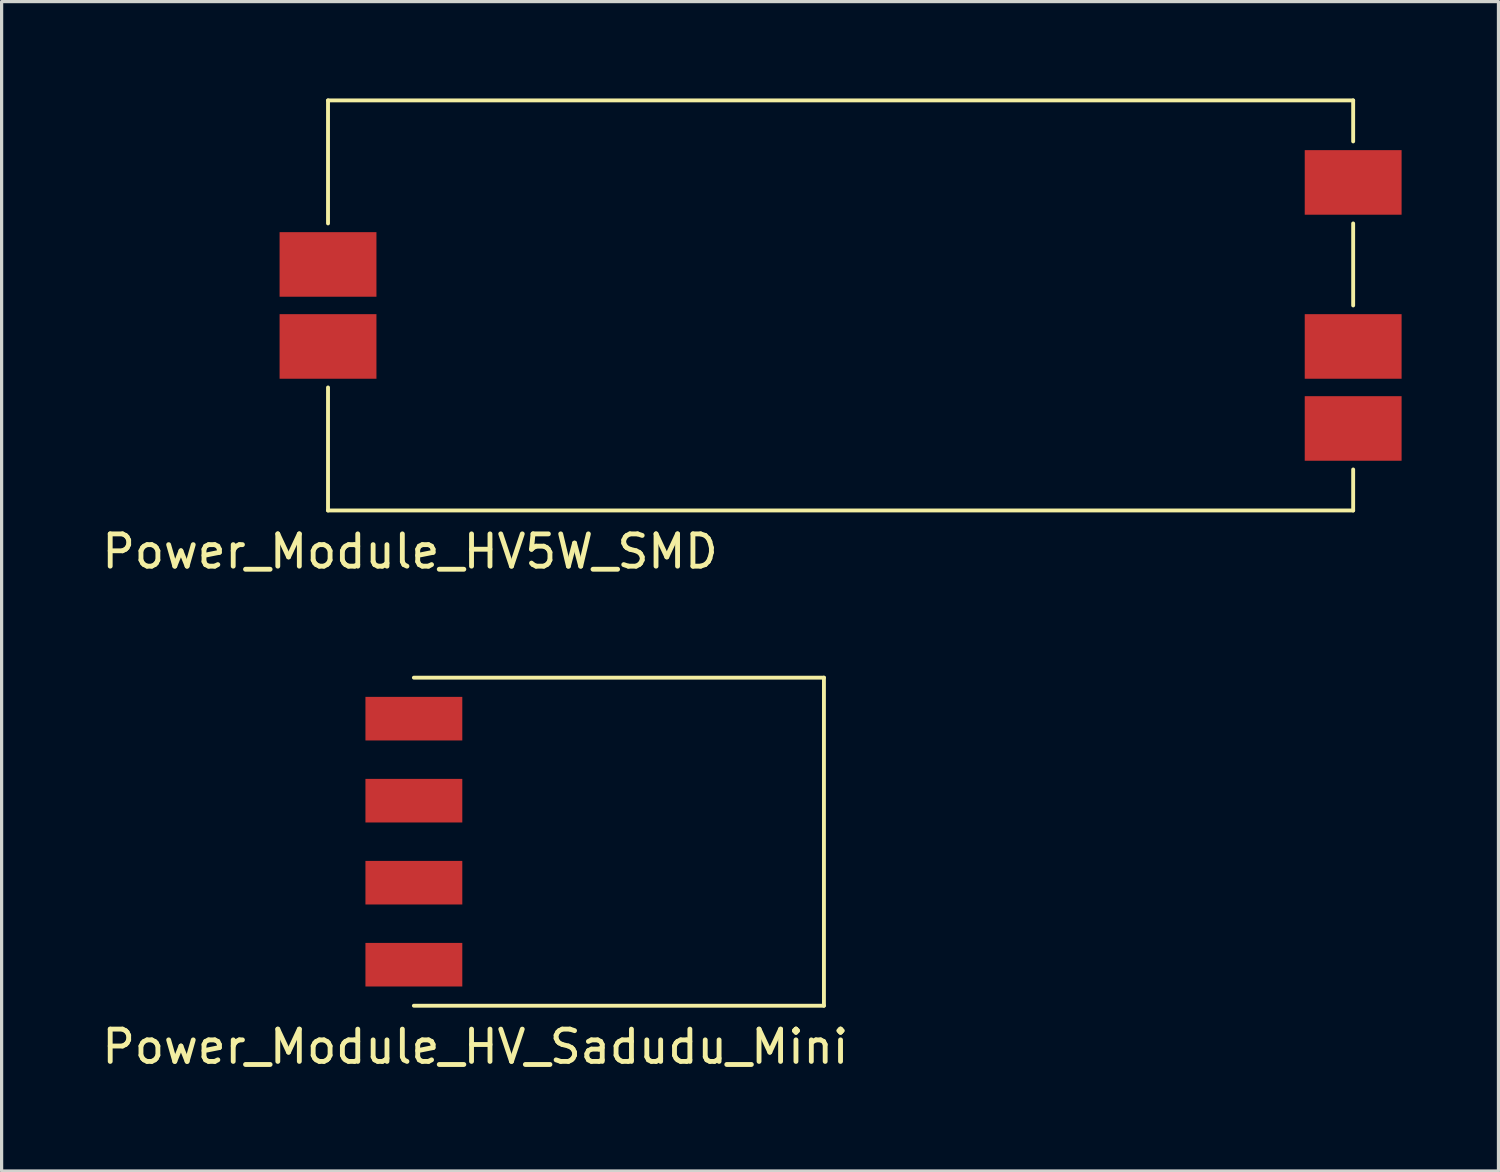
<source format=kicad_pcb>
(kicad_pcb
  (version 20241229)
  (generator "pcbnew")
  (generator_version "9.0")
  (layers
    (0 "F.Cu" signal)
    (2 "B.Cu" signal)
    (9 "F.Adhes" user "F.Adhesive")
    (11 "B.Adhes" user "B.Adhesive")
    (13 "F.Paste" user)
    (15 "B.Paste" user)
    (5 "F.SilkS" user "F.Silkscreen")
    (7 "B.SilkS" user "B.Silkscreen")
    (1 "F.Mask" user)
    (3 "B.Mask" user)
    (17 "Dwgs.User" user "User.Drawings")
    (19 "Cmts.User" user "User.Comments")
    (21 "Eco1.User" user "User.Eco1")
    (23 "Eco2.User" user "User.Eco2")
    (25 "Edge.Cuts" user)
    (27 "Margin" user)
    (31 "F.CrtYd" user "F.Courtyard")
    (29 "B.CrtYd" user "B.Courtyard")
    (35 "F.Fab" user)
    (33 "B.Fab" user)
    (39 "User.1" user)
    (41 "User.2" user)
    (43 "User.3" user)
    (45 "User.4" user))
  (footprint "Power_Module_HV5W_SMD"
    (layer "F.Cu")
    (at 23.619 6.41)
    (property "Reference" "Power_Module_HV5W_SMD" (at -13.97 7.62 0) (layer "F.SilkS") (effects (font (size 1 1) (thickness 0.15))))
    (attr through_hole)
    (fp_line (start -16.51 -6.35) (end -16.51 -2.54) (stroke (width 0.12) (type solid)) (layer "F.SilkS"))
    (fp_line (start -16.51 -6.35) (end 15.24 -6.35) (stroke (width 0.12) (type solid)) (layer "F.SilkS"))
    (fp_line (start -16.51 2.54) (end -16.51 6.35) (stroke (width 0.12) (type solid)) (layer "F.SilkS"))
    (fp_line (start 15.24 -6.35) (end 15.24 -5.08) (stroke (width 0.12) (type solid)) (layer "F.SilkS"))
    (fp_line (start 15.24 -2.54) (end 15.24 0) (stroke (width 0.12) (type solid)) (layer "F.SilkS"))
    (fp_line (start 15.24 5.08) (end 15.24 6.35) (stroke (width 0.12) (type solid)) (layer "F.SilkS"))
    (fp_line (start 15.24 6.35) (end -16.51 6.35) (stroke (width 0.12) (type solid)) (layer "F.SilkS"))
    (pad "1" smd rect (at 15.24 3.81 90) (size 2 3) (layers "F.Cu" "F.Mask"))
    (pad "2" smd rect (at -16.51 -1.27 90) (size 2 3) (layers "F.Cu" "F.Mask"))
    (pad "3" smd rect (at -16.51 1.27 90) (size 2 3) (layers "F.Cu" "F.Mask"))
    (pad "4" smd rect (at 15.24 1.27 90) (size 2 3) (layers "F.Cu" "F.Mask"))
    (pad "5" smd rect (at 15.24 -3.81 90) (size 2 3) (layers "F.Cu" "F.Mask")))
  (footprint "Power_Module_HV_Sadudu_Mini"
    (layer "F.Cu")
    (at 16.118 23.018)
    (property "Reference" "Power_Module_HV_Sadudu_Mini" (at -4.445 6.35 0) (layer "F.SilkS") (effects (font (size 1 1) (thickness 0.15))))
    (attr through_hole)
    (fp_line (start -6.35 -5.08) (end 6.35 -5.08) (stroke (width 0.12) (type solid)) (layer "F.SilkS"))
    (fp_line (start 6.35 -5.08) (end 6.35 5.08) (stroke (width 0.12) (type solid)) (layer "F.SilkS"))
    (fp_line (start 6.35 5.08) (end -6.35 5.08) (stroke (width 0.12) (type solid)) (layer "F.SilkS"))
    (pad "1" smd rect (at -6.35 3.81 90) (size 1.35 3) (layers "F.Cu" "F.Mask"))
    (pad "2" smd rect (at -6.35 1.27 90) (size 1.35 3) (layers "F.Cu" "F.Mask"))
    (pad "3" smd rect (at -6.35 -1.27 90) (size 1.35 3) (layers "F.Cu" "F.Mask"))
    (pad "4" smd rect (at -6.35 -3.81 90) (size 1.35 3) (layers "F.Cu" "F.Mask")))
  (gr_rect
    (start -3 -3)
    (end 43.359 33.217)
    (stroke (width 0.1) (type default))
    (fill no)
    (layer "Edge.Cuts")))
</source>
